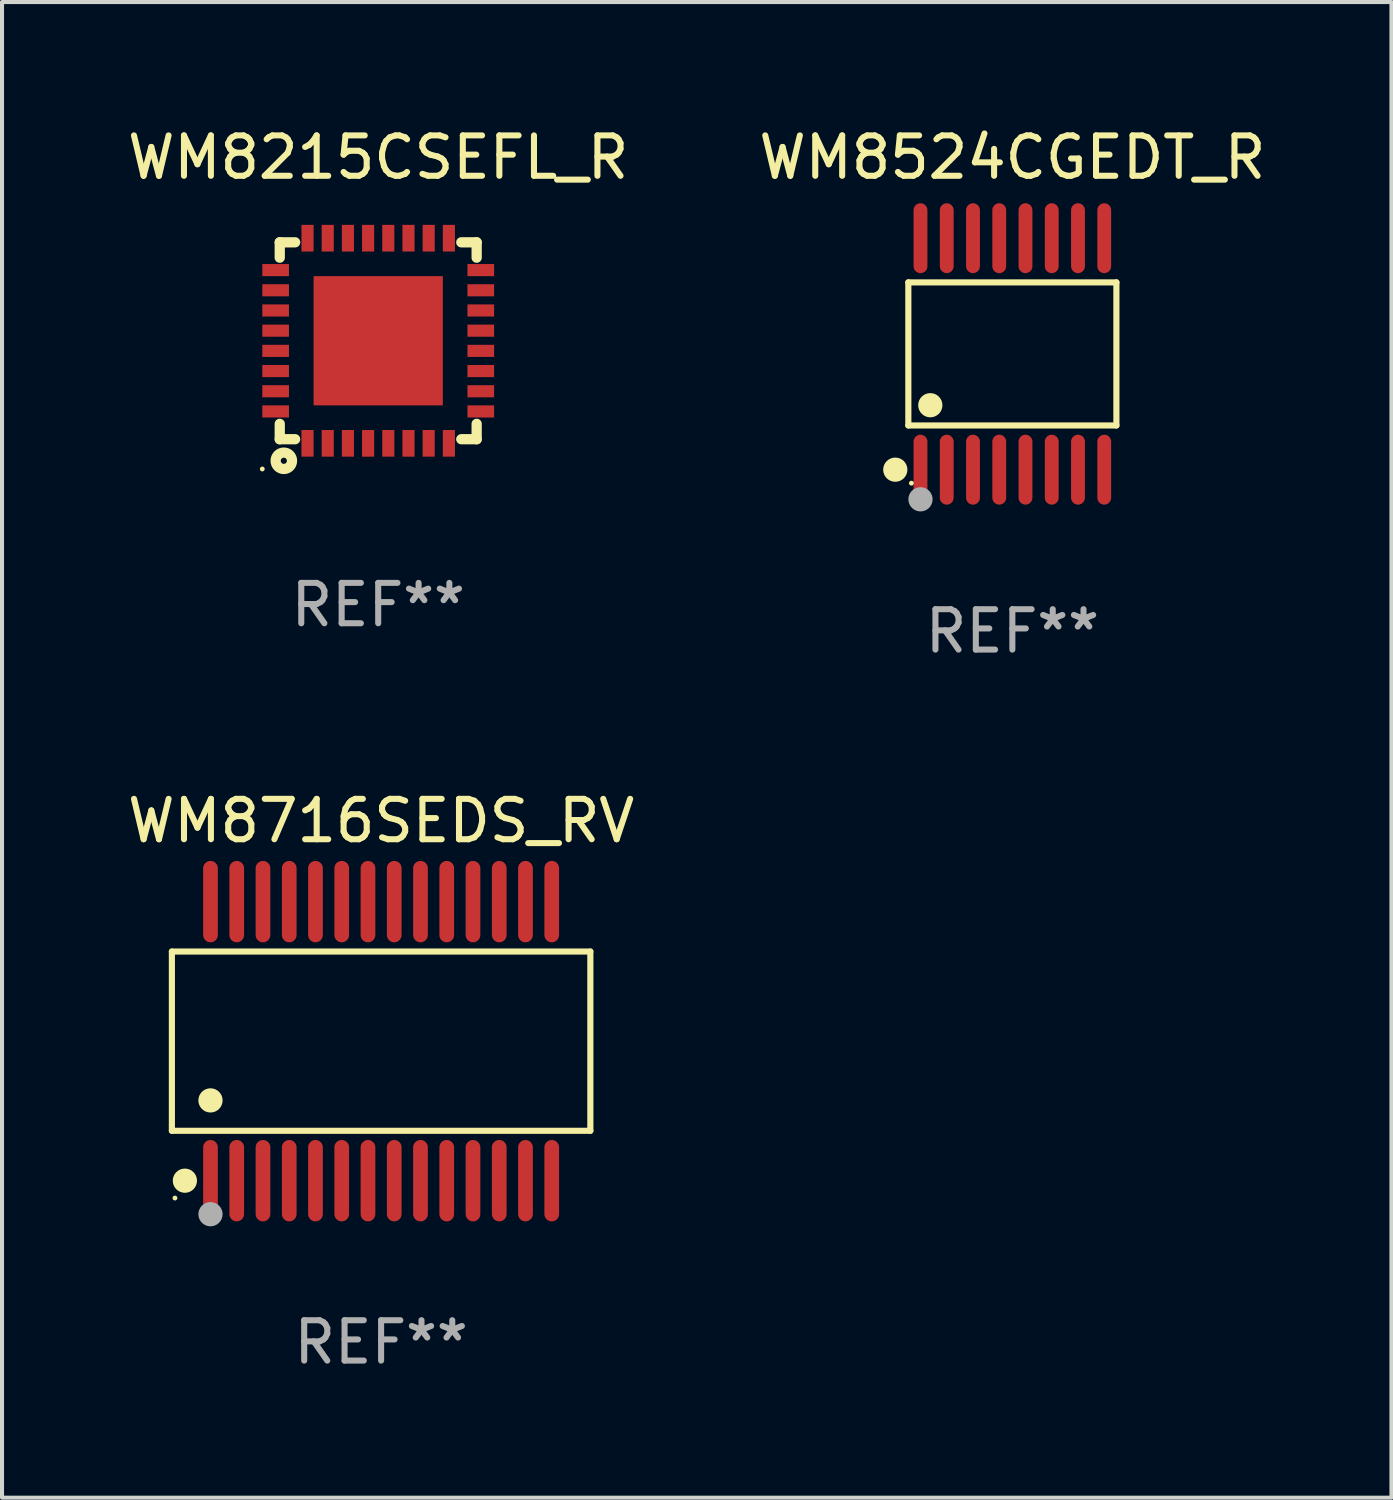
<source format=kicad_pcb>
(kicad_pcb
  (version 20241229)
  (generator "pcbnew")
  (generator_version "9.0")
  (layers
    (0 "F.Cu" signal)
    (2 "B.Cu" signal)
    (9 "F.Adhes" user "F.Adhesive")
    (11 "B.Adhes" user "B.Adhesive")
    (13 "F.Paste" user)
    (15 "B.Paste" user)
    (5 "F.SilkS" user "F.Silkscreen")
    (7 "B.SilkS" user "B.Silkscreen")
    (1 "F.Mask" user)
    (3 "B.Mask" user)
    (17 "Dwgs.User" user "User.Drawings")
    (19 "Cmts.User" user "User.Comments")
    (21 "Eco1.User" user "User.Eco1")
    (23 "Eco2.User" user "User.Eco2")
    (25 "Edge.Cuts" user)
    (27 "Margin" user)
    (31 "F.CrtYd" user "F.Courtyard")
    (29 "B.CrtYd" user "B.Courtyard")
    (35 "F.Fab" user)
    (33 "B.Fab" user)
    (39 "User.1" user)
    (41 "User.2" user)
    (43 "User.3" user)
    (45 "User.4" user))
  (footprint "WM8716SEDS_RV"
    (layer "F.Cu")
    (at 6.387 22.731)
    (property "Reference" "WM8716SEDS_RV" (at 0 -5.455 0) (layer "F.SilkS") (effects (font (size 1 1) (thickness 0.15))))
    (attr through_hole)
    (fp_line (start -5.181 -2.219) (end 5.181 -2.219) (stroke (width 0.152) (type solid)) (layer "F.SilkS"))
    (fp_line (start -5.181 2.219) (end -5.181 -2.219) (stroke (width 0.152) (type solid)) (layer "F.SilkS"))
    (fp_line (start 5.181 -2.219) (end 5.181 2.219) (stroke (width 0.152) (type solid)) (layer "F.SilkS"))
    (fp_line (start 5.181 2.219) (end -5.181 2.219) (stroke (width 0.152) (type solid)) (layer "F.SilkS"))
    (fp_circle (center -5.105 3.885) (end -5.075 3.885) (stroke (width 0.06) (type solid)) (fill no) (layer "F.SilkS"))
    (fp_circle (center -4.859 3.455) (end -4.709 3.455) (stroke (width 0.3) (type solid)) (fill no) (layer "F.SilkS"))
    (fp_circle (center -4.225 1.467) (end -4.075 1.467) (stroke (width 0.3) (type solid)) (fill no) (layer "F.SilkS"))
    (fp_circle (center -4.225 4.285) (end -4.075 4.285) (stroke (width 0.3) (type solid)) (fill no) (layer "F.Fab"))
    (fp_text user "REF**" (at 0 7.455 0) (layer "F.Fab") (effects (font (size 1 1) (thickness 0.15))))
    (pad "1" smd oval (at -4.225 3.455) (size 0.364 2.015) (layers "F.Cu" "F.Mask" "F.Paste"))
    (pad "2" smd oval (at -3.575 3.455) (size 0.364 2.015) (layers "F.Cu" "F.Mask" "F.Paste"))
    (pad "3" smd oval (at -2.925 3.455) (size 0.364 2.015) (layers "F.Cu" "F.Mask" "F.Paste"))
    (pad "4" smd oval (at -2.275 3.455) (size 0.364 2.015) (layers "F.Cu" "F.Mask" "F.Paste"))
    (pad "5" smd oval (at -1.625 3.455) (size 0.364 2.015) (layers "F.Cu" "F.Mask" "F.Paste"))
    (pad "6" smd oval (at -0.975 3.455) (size 0.364 2.015) (layers "F.Cu" "F.Mask" "F.Paste"))
    (pad "7" smd oval (at -0.325 3.455) (size 0.364 2.015) (layers "F.Cu" "F.Mask" "F.Paste"))
    (pad "8" smd oval (at 0.325 3.455) (size 0.364 2.015) (layers "F.Cu" "F.Mask" "F.Paste"))
    (pad "9" smd oval (at 0.975 3.455) (size 0.364 2.015) (layers "F.Cu" "F.Mask" "F.Paste"))
    (pad "10" smd oval (at 1.625 3.455) (size 0.364 2.015) (layers "F.Cu" "F.Mask" "F.Paste"))
    (pad "11" smd oval (at 2.275 3.455) (size 0.364 2.015) (layers "F.Cu" "F.Mask" "F.Paste"))
    (pad "12" smd oval (at 2.925 3.455) (size 0.364 2.015) (layers "F.Cu" "F.Mask" "F.Paste"))
    (pad "13" smd oval (at 3.575 3.455) (size 0.364 2.015) (layers "F.Cu" "F.Mask" "F.Paste"))
    (pad "14" smd oval (at 4.225 3.455) (size 0.364 2.015) (layers "F.Cu" "F.Mask" "F.Paste"))
    (pad "15" smd oval (at 4.225 -3.455) (size 0.364 2.015) (layers "F.Cu" "F.Mask" "F.Paste"))
    (pad "16" smd oval (at 3.575 -3.455) (size 0.364 2.015) (layers "F.Cu" "F.Mask" "F.Paste"))
    (pad "17" smd oval (at 2.925 -3.455) (size 0.364 2.015) (layers "F.Cu" "F.Mask" "F.Paste"))
    (pad "18" smd oval (at 2.275 -3.455) (size 0.364 2.015) (layers "F.Cu" "F.Mask" "F.Paste"))
    (pad "19" smd oval (at 1.625 -3.455) (size 0.364 2.015) (layers "F.Cu" "F.Mask" "F.Paste"))
    (pad "20" smd oval (at 0.975 -3.455) (size 0.364 2.015) (layers "F.Cu" "F.Mask" "F.Paste"))
    (pad "21" smd oval (at 0.325 -3.455) (size 0.364 2.015) (layers "F.Cu" "F.Mask" "F.Paste"))
    (pad "22" smd oval (at -0.325 -3.455) (size 0.364 2.015) (layers "F.Cu" "F.Mask" "F.Paste"))
    (pad "23" smd oval (at -0.975 -3.455) (size 0.364 2.015) (layers "F.Cu" "F.Mask" "F.Paste"))
    (pad "24" smd oval (at -1.625 -3.455) (size 0.364 2.015) (layers "F.Cu" "F.Mask" "F.Paste"))
    (pad "25" smd oval (at -2.275 -3.455) (size 0.364 2.015) (layers "F.Cu" "F.Mask" "F.Paste"))
    (pad "26" smd oval (at -2.925 -3.455) (size 0.364 2.015) (layers "F.Cu" "F.Mask" "F.Paste"))
    (pad "27" smd oval (at -3.575 -3.455) (size 0.364 2.015) (layers "F.Cu" "F.Mask" "F.Paste"))
    (pad "28" smd oval (at -4.225 -3.455) (size 0.364 2.015) (layers "F.Cu" "F.Mask" "F.Paste")))
  (footprint "WM8215CSEFL_R"
    (layer "F.Cu")
    (at 6.315 5.388)
    (property "Reference" "WM8215CSEFL_R" (at 0 -4.54 0) (layer "F.SilkS") (effects (font (size 1 1) (thickness 0.15))))
    (attr through_hole)
    (fp_line (start -2.438 -2.438) (end -2.057 -2.438) (stroke (width 0.254) (type solid)) (layer "F.SilkS"))
    (fp_line (start -2.438 -2.057) (end -2.438 -2.438) (stroke (width 0.254) (type solid)) (layer "F.SilkS"))
    (fp_line (start -2.438 2.438) (end -2.438 2.057) (stroke (width 0.254) (type solid)) (layer "F.SilkS"))
    (fp_line (start -2.057 2.438) (end -2.438 2.438) (stroke (width 0.254) (type solid)) (layer "F.SilkS"))
    (fp_line (start 2.057 -2.438) (end 2.438 -2.438) (stroke (width 0.254) (type solid)) (layer "F.SilkS"))
    (fp_line (start 2.438 -2.438) (end 2.438 -2.057) (stroke (width 0.254) (type solid)) (layer "F.SilkS"))
    (fp_line (start 2.438 2.057) (end 2.438 2.438) (stroke (width 0.254) (type solid)) (layer "F.SilkS"))
    (fp_line (start 2.438 2.438) (end 2.057 2.438) (stroke (width 0.254) (type solid)) (layer "F.SilkS"))
    (fp_circle (center -2.87 3.175) (end -2.84 3.175) (stroke (width 0.06) (type solid)) (fill no) (layer "F.SilkS"))
    (fp_circle (center -2.337 2.972) (end -2.261 2.972) (stroke (width 0.254) (type solid)) (fill no) (layer "F.SilkS"))
    (fp_text user "REF**" (at 0 6.54 0) (layer "F.Fab") (effects (font (size 1 1) (thickness 0.15))))
    (pad "1" smd rect (at -1.75 2.54 90) (size 0.66 0.3) (layers "F.Cu" "F.Mask" "F.Paste"))
    (pad "2" smd rect (at -1.25 2.54 90) (size 0.66 0.3) (layers "F.Cu" "F.Mask" "F.Paste"))
    (pad "3" smd rect (at -0.75 2.54 90) (size 0.66 0.3) (layers "F.Cu" "F.Mask" "F.Paste"))
    (pad "4" smd rect (at -0.25 2.54 90) (size 0.66 0.3) (layers "F.Cu" "F.Mask" "F.Paste"))
    (pad "5" smd rect (at 0.25 2.54 90) (size 0.66 0.3) (layers "F.Cu" "F.Mask" "F.Paste"))
    (pad "6" smd rect (at 0.75 2.54 90) (size 0.66 0.3) (layers "F.Cu" "F.Mask" "F.Paste"))
    (pad "7" smd rect (at 1.25 2.54 90) (size 0.66 0.3) (layers "F.Cu" "F.Mask" "F.Paste"))
    (pad "8" smd rect (at 1.75 2.54 90) (size 0.66 0.3) (layers "F.Cu" "F.Mask" "F.Paste"))
    (pad "9" smd rect (at 2.54 1.75 90) (size 0.3 0.66) (layers "F.Cu" "F.Mask" "F.Paste"))
    (pad "10" smd rect (at 2.54 1.25 90) (size 0.3 0.66) (layers "F.Cu" "F.Mask" "F.Paste"))
    (pad "11" smd rect (at 2.54 0.75 90) (size 0.3 0.66) (layers "F.Cu" "F.Mask" "F.Paste"))
    (pad "12" smd rect (at 2.54 0.25 90) (size 0.3 0.66) (layers "F.Cu" "F.Mask" "F.Paste"))
    (pad "13" smd rect (at 2.54 -0.25 90) (size 0.3 0.66) (layers "F.Cu" "F.Mask" "F.Paste"))
    (pad "14" smd rect (at 2.54 -0.75 90) (size 0.3 0.66) (layers "F.Cu" "F.Mask" "F.Paste"))
    (pad "15" smd rect (at 2.54 -1.25 90) (size 0.3 0.66) (layers "F.Cu" "F.Mask" "F.Paste"))
    (pad "16" smd rect (at 2.54 -1.75 90) (size 0.3 0.66) (layers "F.Cu" "F.Mask" "F.Paste"))
    (pad "17" smd rect (at 1.75 -2.54 90) (size 0.66 0.3) (layers "F.Cu" "F.Mask" "F.Paste"))
    (pad "18" smd rect (at 1.25 -2.54 90) (size 0.66 0.3) (layers "F.Cu" "F.Mask" "F.Paste"))
    (pad "19" smd rect (at 0.75 -2.54 90) (size 0.66 0.3) (layers "F.Cu" "F.Mask" "F.Paste"))
    (pad "20" smd rect (at 0.25 -2.54 90) (size 0.66 0.3) (layers "F.Cu" "F.Mask" "F.Paste"))
    (pad "21" smd rect (at -0.25 -2.54 90) (size 0.66 0.3) (layers "F.Cu" "F.Mask" "F.Paste"))
    (pad "22" smd rect (at -0.75 -2.54 90) (size 0.66 0.3) (layers "F.Cu" "F.Mask" "F.Paste"))
    (pad "23" smd rect (at -1.25 -2.54 90) (size 0.66 0.3) (layers "F.Cu" "F.Mask" "F.Paste"))
    (pad "24" smd rect (at -1.75 -2.54 90) (size 0.66 0.3) (layers "F.Cu" "F.Mask" "F.Paste"))
    (pad "25" smd rect (at -2.54 -1.75 90) (size 0.3 0.66) (layers "F.Cu" "F.Mask" "F.Paste"))
    (pad "26" smd rect (at -2.54 -1.25 90) (size 0.3 0.66) (layers "F.Cu" "F.Mask" "F.Paste"))
    (pad "27" smd rect (at -2.54 -0.75 90) (size 0.3 0.66) (layers "F.Cu" "F.Mask" "F.Paste"))
    (pad "28" smd rect (at -2.54 -0.25 90) (size 0.3 0.66) (layers "F.Cu" "F.Mask" "F.Paste"))
    (pad "29" smd rect (at -2.54 0.25 90) (size 0.3 0.66) (layers "F.Cu" "F.Mask" "F.Paste"))
    (pad "30" smd rect (at -2.54 0.75 90) (size 0.3 0.66) (layers "F.Cu" "F.Mask" "F.Paste"))
    (pad "31" smd rect (at -2.54 1.25 90) (size 0.3 0.66) (layers "F.Cu" "F.Mask" "F.Paste"))
    (pad "32" smd rect (at -2.54 1.75 90) (size 0.3 0.66) (layers "F.Cu" "F.Mask" "F.Paste"))
    (pad "33" smd rect (at 0 0 90) (size 3.2 3.2) (layers "F.Cu" "F.Mask" "F.Paste")))
  (footprint "WM8524CGEDT_R"
    (layer "F.Cu")
    (at 22.018 5.714)
    (property "Reference" "WM8524CGEDT_R" (at 0 -4.866 0) (layer "F.SilkS") (effects (font (size 1 1) (thickness 0.15))))
    (attr through_hole)
    (fp_line (start -2.576 -1.772) (end 2.576 -1.772) (stroke (width 0.152) (type solid)) (layer "F.SilkS"))
    (fp_line (start -2.576 1.771) (end -2.576 -1.772) (stroke (width 0.152) (type solid)) (layer "F.SilkS"))
    (fp_line (start 2.576 -1.772) (end 2.576 1.771) (stroke (width 0.152) (type solid)) (layer "F.SilkS"))
    (fp_line (start 2.576 1.771) (end -2.576 1.771) (stroke (width 0.152) (type solid)) (layer "F.SilkS"))
    (fp_circle (center -2.899 2.866) (end -2.749 2.866) (stroke (width 0.3) (type solid)) (fill no) (layer "F.SilkS"))
    (fp_circle (center -2.5 3.2) (end -2.47 3.2) (stroke (width 0.06) (type solid)) (fill no) (layer "F.SilkS"))
    (fp_circle (center -2.032 1.27) (end -1.882 1.27) (stroke (width 0.3) (type solid)) (fill no) (layer "F.SilkS"))
    (fp_circle (center -2.275 3.6) (end -2.125 3.6) (stroke (width 0.3) (type solid)) (fill no) (layer "F.Fab"))
    (fp_text user "REF**" (at 0 6.866 0) (layer "F.Fab") (effects (font (size 1 1) (thickness 0.15))))
    (pad "1" smd oval (at -2.275 2.866) (size 0.343 1.731) (layers "F.Cu" "F.Mask" "F.Paste"))
    (pad "2" smd oval (at -1.625 2.866) (size 0.343 1.731) (layers "F.Cu" "F.Mask" "F.Paste"))
    (pad "3" smd oval (at -0.975 2.866) (size 0.343 1.731) (layers "F.Cu" "F.Mask" "F.Paste"))
    (pad "4" smd oval (at -0.325 2.866) (size 0.343 1.731) (layers "F.Cu" "F.Mask" "F.Paste"))
    (pad "5" smd oval (at 0.325 2.866) (size 0.343 1.731) (layers "F.Cu" "F.Mask" "F.Paste"))
    (pad "6" smd oval (at 0.975 2.866) (size 0.343 1.731) (layers "F.Cu" "F.Mask" "F.Paste"))
    (pad "7" smd oval (at 1.625 2.866) (size 0.343 1.731) (layers "F.Cu" "F.Mask" "F.Paste"))
    (pad "8" smd oval (at 2.275 2.866) (size 0.343 1.731) (layers "F.Cu" "F.Mask" "F.Paste"))
    (pad "9" smd oval (at 2.275 -2.866) (size 0.343 1.731) (layers "F.Cu" "F.Mask" "F.Paste"))
    (pad "10" smd oval (at 1.625 -2.866) (size 0.343 1.731) (layers "F.Cu" "F.Mask" "F.Paste"))
    (pad "11" smd oval (at 0.975 -2.866) (size 0.343 1.731) (layers "F.Cu" "F.Mask" "F.Paste"))
    (pad "12" smd oval (at 0.325 -2.866) (size 0.343 1.731) (layers "F.Cu" "F.Mask" "F.Paste"))
    (pad "13" smd oval (at -0.325 -2.866) (size 0.343 1.731) (layers "F.Cu" "F.Mask" "F.Paste"))
    (pad "14" smd oval (at -0.975 -2.866) (size 0.343 1.731) (layers "F.Cu" "F.Mask" "F.Paste"))
    (pad "15" smd oval (at -1.625 -2.866) (size 0.343 1.731) (layers "F.Cu" "F.Mask" "F.Paste"))
    (pad "16" smd oval (at -2.275 -2.866) (size 0.343 1.731) (layers "F.Cu" "F.Mask" "F.Paste")))
  (gr_rect
    (start -3 -3)
    (end 31.405 34.035)
    (stroke (width 0.1) (type default))
    (fill no)
    (layer "Edge.Cuts")))
</source>
